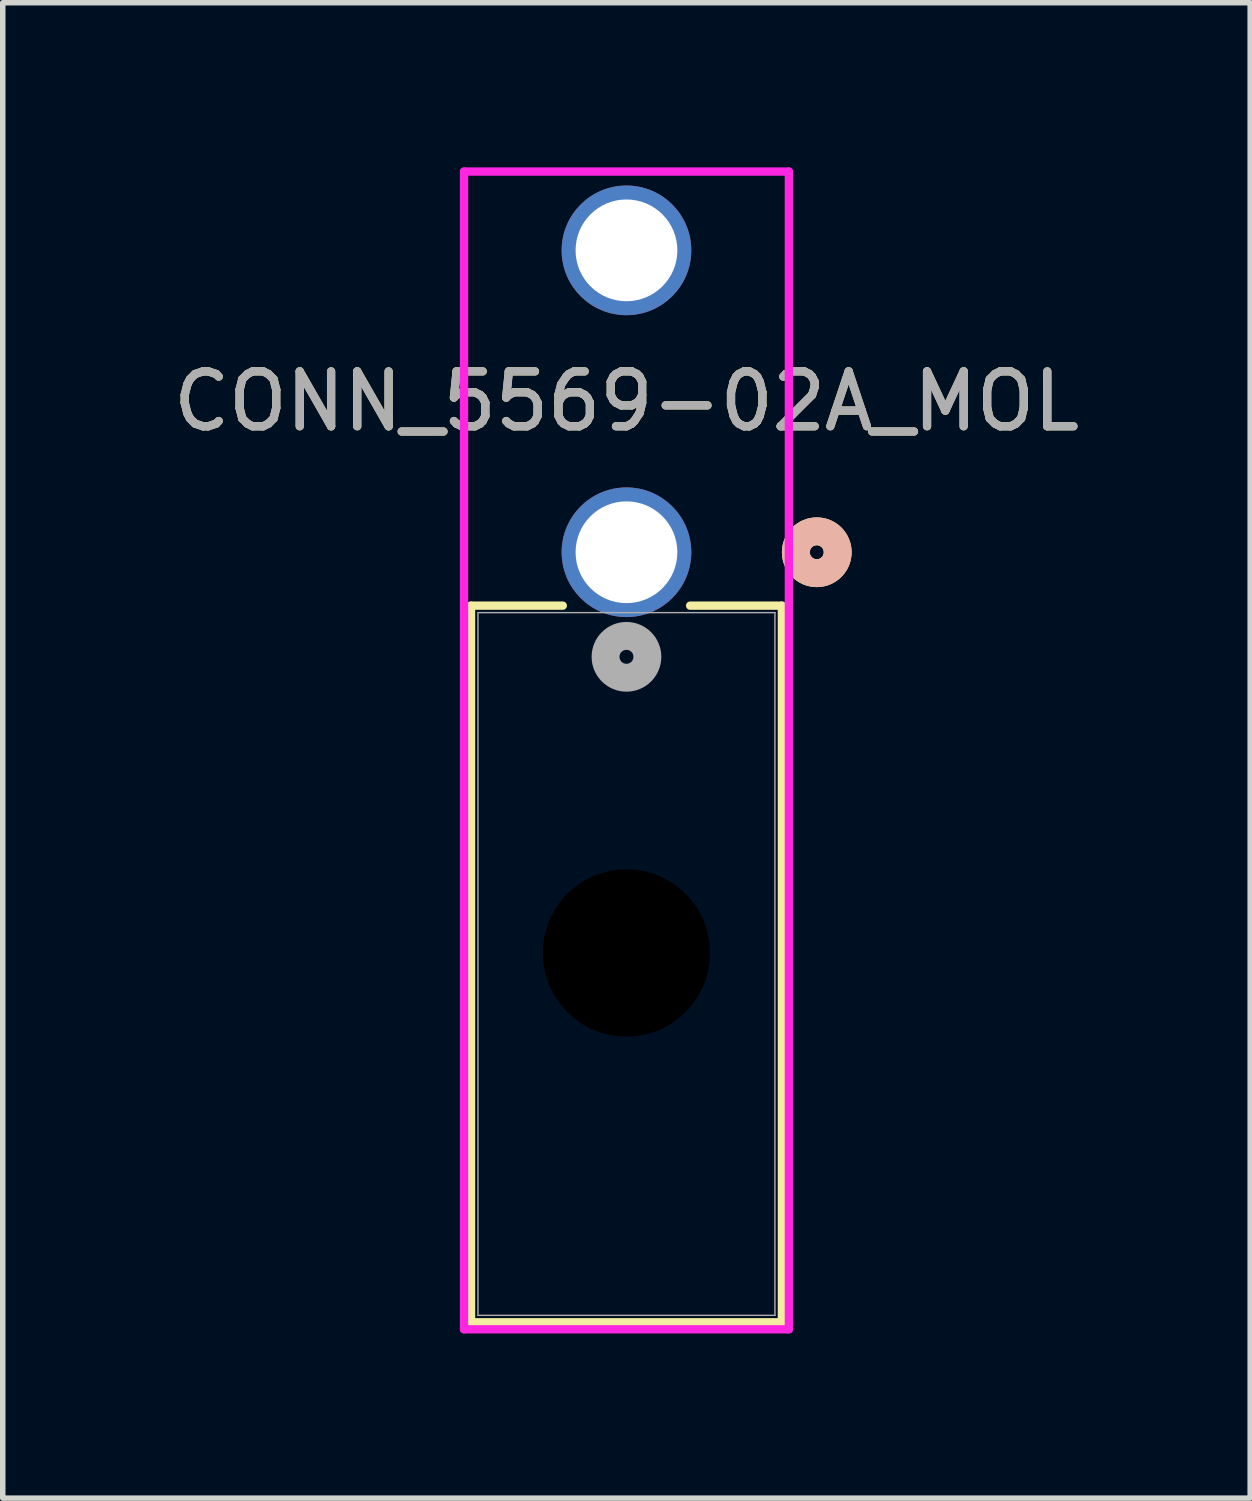
<source format=kicad_pcb>
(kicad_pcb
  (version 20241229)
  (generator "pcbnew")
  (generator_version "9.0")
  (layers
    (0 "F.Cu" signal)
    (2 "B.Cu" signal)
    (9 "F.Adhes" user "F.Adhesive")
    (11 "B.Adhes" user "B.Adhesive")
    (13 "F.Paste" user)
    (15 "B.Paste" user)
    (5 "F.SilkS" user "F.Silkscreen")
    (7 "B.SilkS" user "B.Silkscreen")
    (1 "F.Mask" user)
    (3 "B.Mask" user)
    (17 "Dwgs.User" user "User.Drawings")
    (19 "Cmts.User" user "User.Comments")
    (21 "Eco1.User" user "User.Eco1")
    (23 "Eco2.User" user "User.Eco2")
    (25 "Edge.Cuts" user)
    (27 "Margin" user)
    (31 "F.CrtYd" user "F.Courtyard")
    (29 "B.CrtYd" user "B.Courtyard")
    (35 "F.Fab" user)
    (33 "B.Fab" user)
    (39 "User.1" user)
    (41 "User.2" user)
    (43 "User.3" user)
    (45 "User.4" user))
  (footprint "CONN_5569-02A_MOL"
    (layer "F.Cu")
    (at 8.363 7.011)
    (property "Reference" "CONN_5569-02A_MOL" (at 0 -2.75 0) (unlocked yes) (layer "F.SilkS") (effects (font (size 1 1) (thickness 0.15))))
    (attr through_hole)
    (fp_line (start -2.832 0.973) (end -2.832 14.029) (stroke (width 0.152) (type solid)) (layer "F.SilkS"))
    (fp_line (start -2.832 14.029) (end 2.832 14.029) (stroke (width 0.152) (type solid)) (layer "F.SilkS"))
    (fp_line (start -1.16 0.973) (end -2.832 0.973) (stroke (width 0.152) (type solid)) (layer "F.SilkS"))
    (fp_line (start 2.832 0.973) (end 1.16 0.973) (stroke (width 0.152) (type solid)) (layer "F.SilkS"))
    (fp_line (start 2.832 14.029) (end 2.832 0.973) (stroke (width 0.152) (type solid)) (layer "F.SilkS"))
    (fp_circle (center 3.467 0) (end 3.848 0) (stroke (width 0.508) (type solid)) (fill no) (layer "F.SilkS"))
    (fp_circle (center 3.467 0) (end 3.848 0) (stroke (width 0.508) (type solid)) (fill no) (layer "B.SilkS"))
    (fp_line (start -2.959 -6.935) (end -2.959 14.156) (stroke (width 0.152) (type solid)) (layer "F.CrtYd"))
    (fp_line (start -2.959 14.156) (end 2.959 14.156) (stroke (width 0.152) (type solid)) (layer "F.CrtYd"))
    (fp_line (start 2.959 -6.935) (end -2.959 -6.935) (stroke (width 0.152) (type solid)) (layer "F.CrtYd"))
    (fp_line (start 2.959 14.156) (end 2.959 -6.935) (stroke (width 0.152) (type solid)) (layer "F.CrtYd"))
    (fp_line (start -2.705 1.1) (end -2.705 13.902) (stroke (width 0.025) (type solid)) (layer "F.Fab"))
    (fp_line (start -2.705 13.902) (end 2.705 13.902) (stroke (width 0.025) (type solid)) (layer "F.Fab"))
    (fp_line (start 2.705 1.1) (end -2.705 1.1) (stroke (width 0.025) (type solid)) (layer "F.Fab"))
    (fp_line (start 2.705 13.902) (end 2.705 1.1) (stroke (width 0.025) (type solid)) (layer "F.Fab"))
    (fp_circle (center 0 1.905) (end 0.381 1.905) (stroke (width 0.508) (type solid)) (fill no) (layer "F.Fab"))
    (fp_text user "${REFERENCE}" (at 0 -2.75 0) (unlocked yes) (layer "F.Fab") (effects (font (size 1 1) (thickness 0.15))))
    (pad "" np_thru_hole circle (at 0 7.3) (size 3.048 3.048) (drill 3.048) (layers))
    (pad "1" thru_hole circle (at 0 0) (size 2.362 2.362) (drill 1.854) (layers "*.Cu" "*.Mask"))
    (pad "2" thru_hole circle (at 0 -5.5) (size 2.362 2.362) (drill 1.854) (layers "*.Cu" "*.Mask")))
  (gr_rect
    (start -3 -3)
    (end 19.726 24.243)
    (stroke (width 0.1) (type default))
    (fill no)
    (layer "Edge.Cuts")))
</source>
